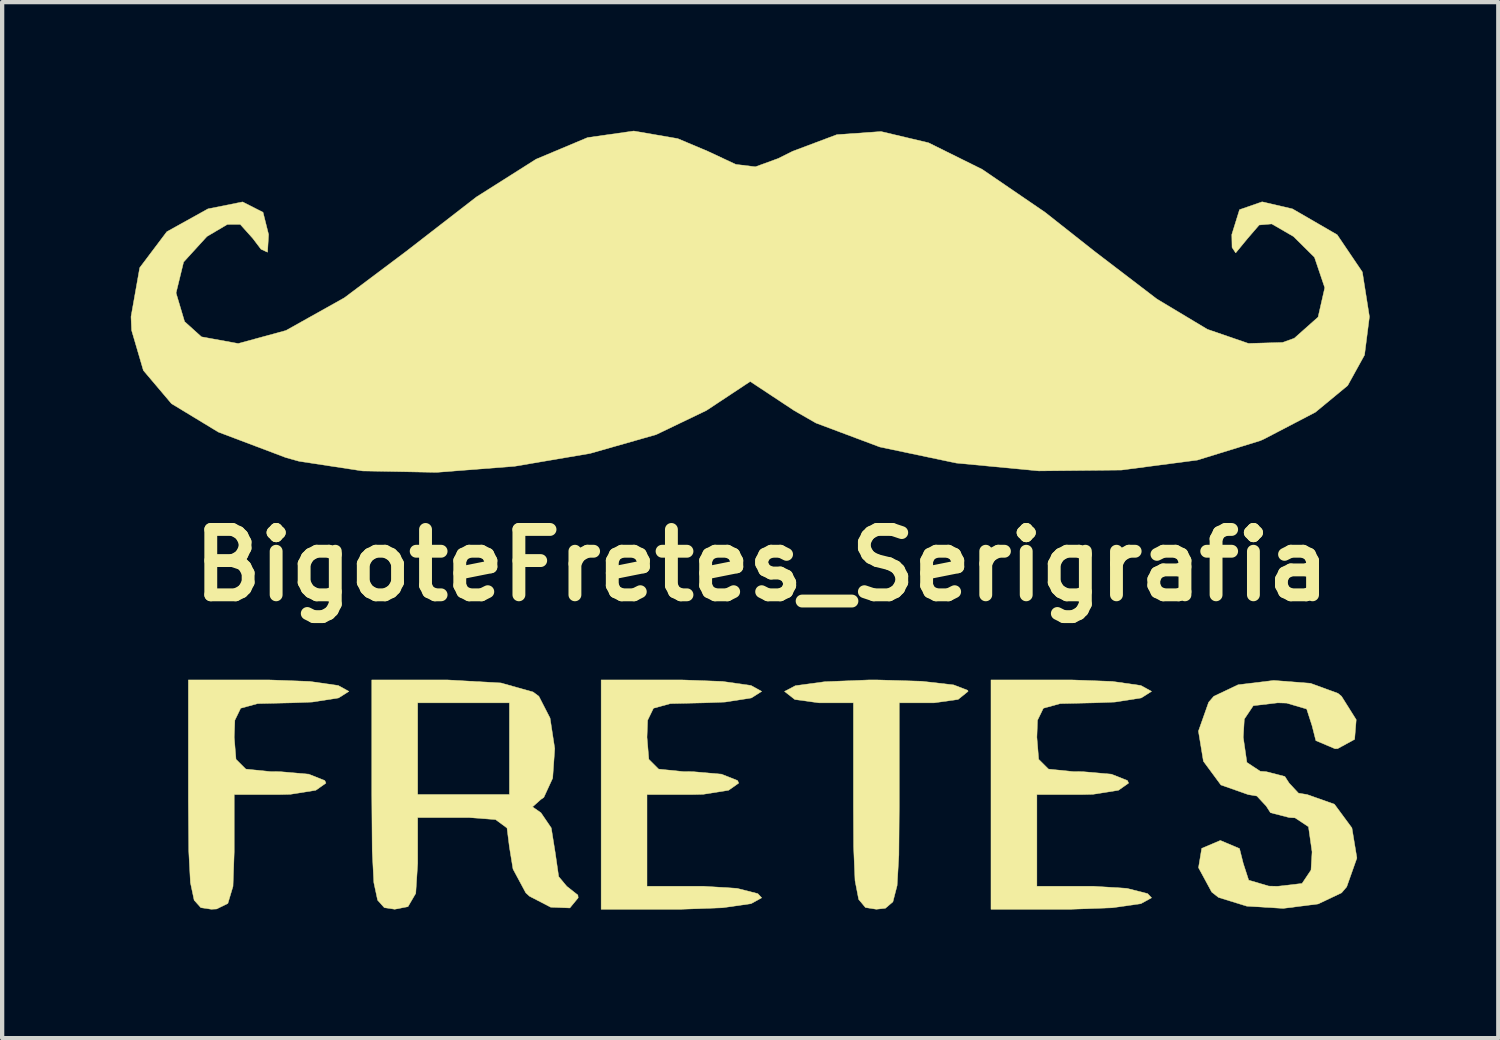
<source format=kicad_pcb>
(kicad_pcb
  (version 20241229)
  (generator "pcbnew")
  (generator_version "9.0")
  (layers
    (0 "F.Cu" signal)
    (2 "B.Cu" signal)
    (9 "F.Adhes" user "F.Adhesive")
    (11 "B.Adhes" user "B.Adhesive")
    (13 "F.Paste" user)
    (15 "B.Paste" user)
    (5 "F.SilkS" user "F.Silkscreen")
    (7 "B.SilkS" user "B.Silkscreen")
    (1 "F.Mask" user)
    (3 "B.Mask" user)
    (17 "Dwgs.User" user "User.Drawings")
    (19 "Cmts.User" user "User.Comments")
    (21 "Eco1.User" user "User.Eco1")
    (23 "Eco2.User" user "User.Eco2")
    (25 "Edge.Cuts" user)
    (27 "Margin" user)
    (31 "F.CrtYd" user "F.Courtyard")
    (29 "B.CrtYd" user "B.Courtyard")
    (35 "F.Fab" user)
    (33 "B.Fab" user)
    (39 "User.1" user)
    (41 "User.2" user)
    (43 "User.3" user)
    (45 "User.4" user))
  (footprint "BigoteFretes_Serigrafia"
    (layer "F.Cu")
    (at 14.71 10.13)
    (property "Reference" "BigoteFretes_Serigrafia" (at 0 0 0) (layer "F.SilkS") (effects (font (size 1.524 1.524) (thickness 0.3))))
    (attr through_hole)
    (fp_poly (pts (xy 3.733 2.705) (xy 4.477 2.79) (xy 4.806 2.917) (xy 4.813 2.941) (xy 4.58 3.129) (xy 4.021 3.208) (xy 4.011 3.208) (xy 3.208 3.208) (xy 3.208 5.615) (xy 3.199 6.758) (xy 3.158 7.468) (xy 3.06 7.848) (xy 2.885 7.998) (xy 2.674 8.021) (xy 2.42 7.981) (xy 2.262 7.792) (xy 2.177 7.354) (xy 2.144 6.564) (xy 2.139 5.615) (xy 2.139 3.208) (xy 1.337 3.208) (xy 0.774 3.131) (xy 0.535 2.944) (xy 0.535 2.941) (xy 0.785 2.809) (xy 1.468 2.716) (xy 2.482 2.675) (xy 2.674 2.674) (xy 3.733 2.705)) (stroke (width 0.01) (type solid)) (fill yes) (layer "F.SilkS"))
    (fp_poly (pts (xy -0.912 2.709) (xy -0.248 2.804) (xy -0.000001 2.941) (xy 0 2.941) (xy -0.24 3.094) (xy -0.855 3.19) (xy -1.337 3.208) (xy -2.128 3.226) (xy -2.523 3.334) (xy -2.659 3.614) (xy -2.674 4.011) (xy -2.631 4.525) (xy -2.403 4.753) (xy -1.834 4.811) (xy -1.604 4.813) (xy -0.935 4.872) (xy -0.562 5.02) (xy -0.535 5.08) (xy -0.772 5.247) (xy -1.364 5.341) (xy -1.604 5.347) (xy -2.674 5.347) (xy -2.674 7.486) (xy -1.337 7.486) (xy -0.574 7.534) (xy -0.09 7.657) (xy 0 7.754) (xy -0.247 7.891) (xy -0.91 7.986) (xy -1.87 8.021) (xy -3.743 8.021) (xy -3.743 2.674) (xy -1.872 2.674) (xy -0.912 2.709)) (stroke (width 0.01) (type solid)) (fill yes) (layer "F.SilkS"))
    (fp_poly (pts (xy 8.179 2.709) (xy 8.842 2.804) (xy 9.091 2.941) (xy 9.091 2.941) (xy 8.85 3.094) (xy 8.235 3.19) (xy 7.754 3.208) (xy 6.962 3.226) (xy 6.568 3.334) (xy 6.432 3.614) (xy 6.417 4.011) (xy 6.459 4.525) (xy 6.688 4.753) (xy 7.257 4.811) (xy 7.486 4.813) (xy 8.156 4.872) (xy 8.529 5.02) (xy 8.556 5.08) (xy 8.319 5.247) (xy 7.726 5.341) (xy 7.486 5.347) (xy 6.417 5.347) (xy 6.417 7.486) (xy 7.754 7.486) (xy 8.516 7.534) (xy 9 7.657) (xy 9.091 7.754) (xy 8.843 7.891) (xy 8.18 7.986) (xy 7.221 8.021) (xy 5.347 8.021) (xy 5.347 2.674) (xy 7.219 2.674) (xy 8.179 2.709)) (stroke (width 0.01) (type solid)) (fill yes) (layer "F.SilkS"))
    (fp_poly (pts (xy -10.537 2.709) (xy -9.873 2.804) (xy -9.625 2.941) (xy -9.625 2.941) (xy -9.866 3.094) (xy -10.481 3.19) (xy -10.962 3.208) (xy -11.753 3.226) (xy -12.148 3.334) (xy -12.284 3.614) (xy -12.299 4.011) (xy -12.257 4.525) (xy -12.028 4.753) (xy -11.459 4.811) (xy -11.229 4.813) (xy -10.56 4.872) (xy -10.187 5.02) (xy -10.16 5.08) (xy -10.397 5.247) (xy -10.99 5.341) (xy -11.229 5.347) (xy -12.299 5.347) (xy -12.299 6.684) (xy -12.327 7.486) (xy -12.447 7.886) (xy -12.71 8.015) (xy -12.834 8.021) (xy -13.077 7.984) (xy -13.233 7.81) (xy -13.32 7.4) (xy -13.359 6.66) (xy -13.368 5.491) (xy -13.368 5.347) (xy -13.368 2.674) (xy -11.497 2.674) (xy -10.537 2.709)) (stroke (width 0.01) (type solid)) (fill yes) (layer "F.SilkS"))
    (fp_poly (pts (xy -6.079 2.745) (xy -5.329 2.956) (xy -5.195 3.056) (xy -4.934 3.564) (xy -4.825 4.274) (xy -4.873 4.964) (xy -5.08 5.414) (xy -5.147 5.459) (xy -5.343 5.634) (xy -5.147 5.771) (xy -4.906 6.125) (xy -4.813 6.706) (xy -4.733 7.26) (xy -4.545 7.486) (xy -4.286 7.69) (xy -4.278 7.754) (xy -4.473 7.991) (xy -4.92 7.973) (xy -5.413 7.718) (xy -5.5 7.639) (xy -5.798 7.084) (xy -5.882 6.57) (xy -5.938 6.127) (xy -6.205 5.93) (xy -6.834 5.882) (xy -6.952 5.882) (xy -8.021 5.882) (xy -8.021 6.952) (xy -8.066 7.651) (xy -8.247 7.961) (xy -8.556 8.021) (xy -8.799 7.984) (xy -8.955 7.81) (xy -9.043 7.4) (xy -9.081 6.66) (xy -9.09 5.491) (xy -9.091 5.347) (xy -9.091 3.208) (xy -8.021 3.208) (xy -8.021 5.347) (xy -5.882 5.347) (xy -5.882 3.208) (xy -8.021 3.208) (xy -9.091 3.208) (xy -9.091 2.674) (xy -7.334 2.674) (xy -6.079 2.745)) (stroke (width 0.01) (type solid)) (fill yes) (layer "F.SilkS"))
    (fp_poly (pts (xy 12.798 2.753) (xy 13.438 2.987) (xy 13.521 3.056) (xy 13.863 3.601) (xy 13.826 4.06) (xy 13.43 4.276) (xy 13.368 4.278) (xy 12.922 4.089) (xy 12.834 3.743) (xy 12.708 3.352) (xy 12.239 3.214) (xy 12.032 3.208) (xy 11.463 3.275) (xy 11.254 3.587) (xy 11.229 4.011) (xy 11.314 4.598) (xy 11.626 4.804) (xy 11.764 4.813) (xy 12.199 4.925) (xy 12.299 5.08) (xy 12.517 5.314) (xy 12.719 5.347) (xy 13.355 5.572) (xy 13.763 6.125) (xy 13.879 6.827) (xy 13.641 7.499) (xy 13.521 7.639) (xy 12.974 7.898) (xy 12.161 8.001) (xy 11.31 7.949) (xy 10.651 7.745) (xy 10.494 7.621) (xy 10.186 7.052) (xy 10.261 6.601) (xy 10.695 6.417) (xy 11.142 6.606) (xy 11.229 6.952) (xy 11.356 7.343) (xy 11.825 7.481) (xy 12.032 7.486) (xy 12.6 7.42) (xy 12.809 7.108) (xy 12.834 6.684) (xy 12.75 6.097) (xy 12.437 5.89) (xy 12.299 5.882) (xy 11.864 5.77) (xy 11.764 5.615) (xy 11.546 5.381) (xy 11.344 5.347) (xy 10.708 5.123) (xy 10.3 4.57) (xy 10.184 3.868) (xy 10.422 3.195) (xy 10.542 3.056) (xy 11.108 2.787) (xy 11.94 2.686) (xy 12.798 2.753)) (stroke (width 0.01) (type solid)) (fill yes) (layer "F.SilkS"))
    (fp_poly (pts (xy -1.957 -9.948) (xy -1.26 -9.654) (xy -0.603 -9.347) (xy -0.145 -9.291) (xy 0.389 -9.486) (xy 0.725 -9.654) (xy 1.752 -10.04) (xy 2.783 -10.113) (xy 3.89 -9.851) (xy 5.142 -9.231) (xy 6.607 -8.23) (xy 7.765 -7.316) (xy 9.214 -6.209) (xy 10.391 -5.502) (xy 11.35 -5.172) (xy 12.146 -5.195) (xy 12.419 -5.293) (xy 12.974 -5.786) (xy 13.13 -6.471) (xy 12.89 -7.181) (xy 12.4 -7.666) (xy 11.894 -7.959) (xy 11.601 -7.934) (xy 11.331 -7.621) (xy 11.053 -7.283) (xy 10.968 -7.411) (xy 10.962 -7.711) (xy 11.142 -8.291) (xy 11.669 -8.474) (xy 12.376 -8.31) (xy 13.419 -7.706) (xy 14.006 -6.838) (xy 14.171 -5.795) (xy 14.057 -4.902) (xy 13.664 -4.19) (xy 12.911 -3.568) (xy 11.718 -2.946) (xy 11.627 -2.905) (xy 10.159 -2.452) (xy 8.388 -2.22) (xy 6.464 -2.2) (xy 4.537 -2.383) (xy 2.754 -2.758) (xy 1.266 -3.316) (xy 0.755 -3.609) (xy -0.267 -4.285) (xy -1.289 -3.609) (xy -2.461 -3.046) (xy -4.002 -2.607) (xy -5.759 -2.308) (xy -7.579 -2.166) (xy -9.307 -2.199) (xy -10.788 -2.425) (xy -11.096 -2.511) (xy -12.67 -3.106) (xy -13.761 -3.768) (xy -14.417 -4.543) (xy -14.691 -5.476) (xy -14.705 -5.795) (xy -14.502 -6.938) (xy -13.87 -7.777) (xy -12.911 -8.31) (xy -12.104 -8.472) (xy -11.627 -8.23) (xy -11.497 -7.711) (xy -11.522 -7.299) (xy -11.674 -7.369) (xy -11.865 -7.621) (xy -12.158 -7.948) (xy -12.459 -7.947) (xy -12.935 -7.666) (xy -13.479 -7.07) (xy -13.655 -6.349) (xy -13.456 -5.681) (xy -13.062 -5.326) (xy -12.205 -5.17) (xy -11.092 -5.474) (xy -9.731 -6.236) (xy -8.3 -7.31) (xy -6.65 -8.588) (xy -5.26 -9.468) (xy -4.06 -9.972) (xy -2.982 -10.125) (xy -1.957 -9.948)) (stroke (width 0.01) (type solid)) (fill yes) (layer "F.SilkS")))
  (gr_rect
    (start -3 -3)
    (end 31.886 21.156)
    (stroke (width 0.1) (type default))
    (fill no)
    (layer "Edge.Cuts")))
</source>
